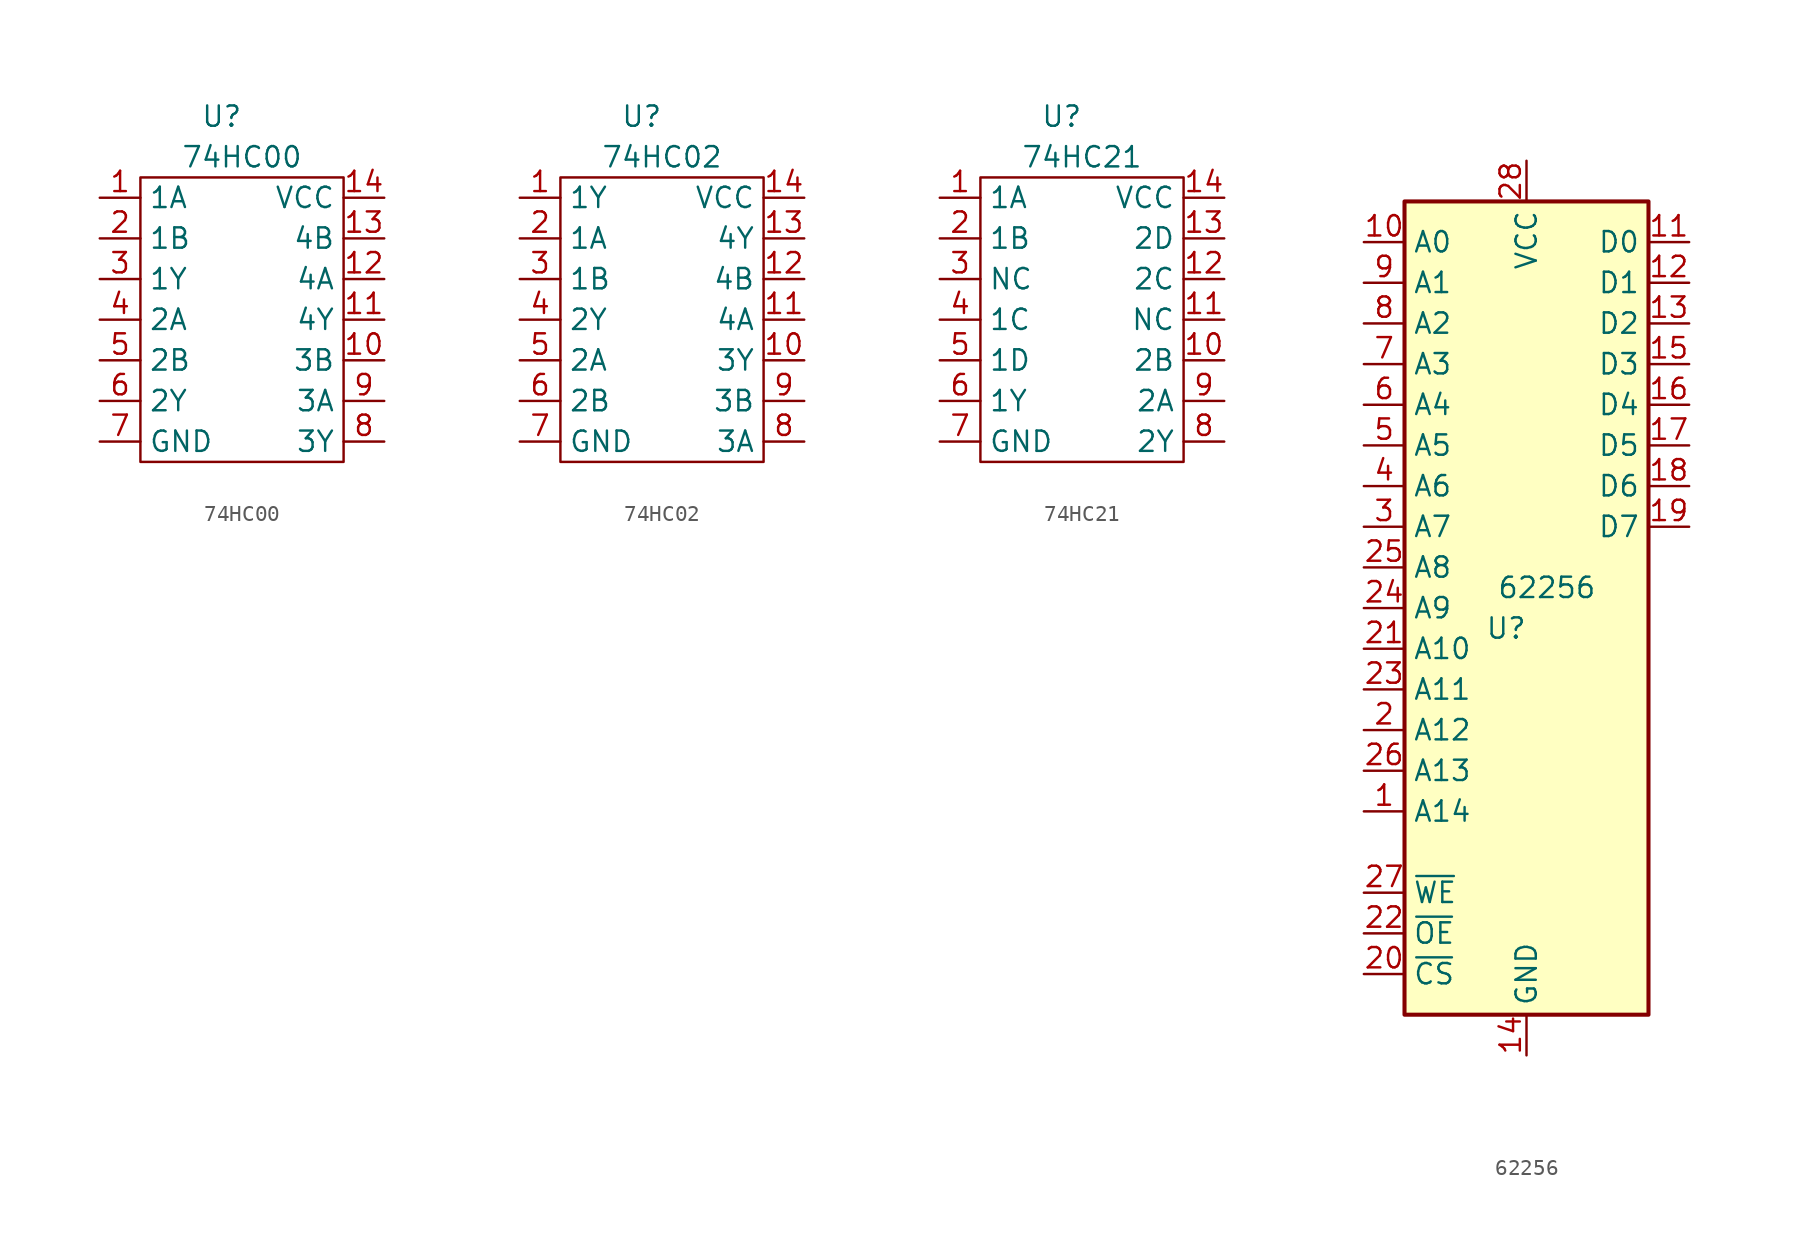
<source format=kicad_sym>
(kicad_symbol_lib
  (version 20220914)
  (generator kicad_symbol_editor)
  (symbol "74HC00"
    (property "Reference" "U"
      (at -1.27 11.43 0)
      (effects (font (size 1.27 1.27))))
    (property "Value" "74HC00"
      (at 0 8.89 0)
      (effects (font (size 1.27 1.27))))
    (symbol "74HC00_0_1"
      (rectangle (start -6.35 7.62) (end 6.35 -10.16) (stroke (width 0) (type default)) (fill (type none))))
    (symbol "74HC00_1_1"
      (pin input line (at -8.89 6.35 0) (length 2.54) (name "1A" (effects (font (size 1.27 1.27)))) (number "1" (effects (font (size 1.27 1.27)))))
      (pin input line (at 8.89 -3.81 180) (length 2.54) (name "3B" (effects (font (size 1.27 1.27)))) (number "10" (effects (font (size 1.27 1.27)))))
      (pin output line (at 8.89 -1.27 180) (length 2.54) (name "4Y" (effects (font (size 1.27 1.27)))) (number "11" (effects (font (size 1.27 1.27)))))
      (pin input line (at 8.89 1.27 180) (length 2.54) (name "4A" (effects (font (size 1.27 1.27)))) (number "12" (effects (font (size 1.27 1.27)))))
      (pin input line (at 8.89 3.81 180) (length 2.54) (name "4B" (effects (font (size 1.27 1.27)))) (number "13" (effects (font (size 1.27 1.27)))))
      (pin power_in line (at 8.89 6.35 180) (length 2.54) (name "VCC" (effects (font (size 1.27 1.27)))) (number "14" (effects (font (size 1.27 1.27)))))
      (pin input line (at -8.89 3.81 0) (length 2.54) (name "1B" (effects (font (size 1.27 1.27)))) (number "2" (effects (font (size 1.27 1.27)))))
      (pin output line (at -8.89 1.27 0) (length 2.54) (name "1Y" (effects (font (size 1.27 1.27)))) (number "3" (effects (font (size 1.27 1.27)))))
      (pin input line (at -8.89 -1.27 0) (length 2.54) (name "2A" (effects (font (size 1.27 1.27)))) (number "4" (effects (font (size 1.27 1.27)))))
      (pin input line (at -8.89 -3.81 0) (length 2.54) (name "2B" (effects (font (size 1.27 1.27)))) (number "5" (effects (font (size 1.27 1.27)))))
      (pin output line (at -8.89 -6.35 0) (length 2.54) (name "2Y" (effects (font (size 1.27 1.27)))) (number "6" (effects (font (size 1.27 1.27)))))
      (pin power_in line (at -8.89 -8.89 0) (length 2.54) (name "GND" (effects (font (size 1.27 1.27)))) (number "7" (effects (font (size 1.27 1.27)))))
      (pin output line (at 8.89 -8.89 180) (length 2.54) (name "3Y" (effects (font (size 1.27 1.27)))) (number "8" (effects (font (size 1.27 1.27)))))
      (pin input line (at 8.89 -6.35 180) (length 2.54) (name "3A" (effects (font (size 1.27 1.27)))) (number "9" (effects (font (size 1.27 1.27)))))))
  (symbol "74HC02"
    (property "Reference" "U"
      (at -1.27 12.7 0)
      (effects (font (size 1.27 1.27))))
    (property "Value" "74HC02"
      (at 0 10.16 0)
      (effects (font (size 1.27 1.27))))
    (symbol "74HC02_0_1"
      (rectangle (start -6.35 8.89) (end 6.35 -8.89) (stroke (width 0) (type default)) (fill (type none))))
    (symbol "74HC02_1_1"
      (pin output line (at -8.89 7.62 0) (length 2.54) (name "1Y" (effects (font (size 1.27 1.27)))) (number "1" (effects (font (size 1.27 1.27)))))
      (pin output line (at 8.89 -2.54 180) (length 2.54) (name "3Y" (effects (font (size 1.27 1.27)))) (number "10" (effects (font (size 1.27 1.27)))))
      (pin input line (at 8.89 0 180) (length 2.54) (name "4A" (effects (font (size 1.27 1.27)))) (number "11" (effects (font (size 1.27 1.27)))))
      (pin input line (at 8.89 2.54 180) (length 2.54) (name "4B" (effects (font (size 1.27 1.27)))) (number "12" (effects (font (size 1.27 1.27)))))
      (pin output line (at 8.89 5.08 180) (length 2.54) (name "4Y" (effects (font (size 1.27 1.27)))) (number "13" (effects (font (size 1.27 1.27)))))
      (pin power_in line (at 8.89 7.62 180) (length 2.54) (name "VCC" (effects (font (size 1.27 1.27)))) (number "14" (effects (font (size 1.27 1.27)))))
      (pin input line (at -8.89 5.08 0) (length 2.54) (name "1A" (effects (font (size 1.27 1.27)))) (number "2" (effects (font (size 1.27 1.27)))))
      (pin input line (at -8.89 2.54 0) (length 2.54) (name "1B" (effects (font (size 1.27 1.27)))) (number "3" (effects (font (size 1.27 1.27)))))
      (pin output line (at -8.89 0 0) (length 2.54) (name "2Y" (effects (font (size 1.27 1.27)))) (number "4" (effects (font (size 1.27 1.27)))))
      (pin input line (at -8.89 -2.54 0) (length 2.54) (name "2A" (effects (font (size 1.27 1.27)))) (number "5" (effects (font (size 1.27 1.27)))))
      (pin input line (at -8.89 -5.08 0) (length 2.54) (name "2B" (effects (font (size 1.27 1.27)))) (number "6" (effects (font (size 1.27 1.27)))))
      (pin power_in line (at -8.89 -7.62 0) (length 2.54) (name "GND" (effects (font (size 1.27 1.27)))) (number "7" (effects (font (size 1.27 1.27)))))
      (pin input line (at 8.89 -7.62 180) (length 2.54) (name "3A" (effects (font (size 1.27 1.27)))) (number "8" (effects (font (size 1.27 1.27)))))
      (pin input line (at 8.89 -5.08 180) (length 2.54) (name "3B" (effects (font (size 1.27 1.27)))) (number "9" (effects (font (size 1.27 1.27)))))))
  (symbol "74HC21"
    (property "Reference" "U"
      (at -1.27 12.7 0)
      (effects (font (size 1.27 1.27))))
    (property "Value" "74HC21"
      (at 0 10.16 0)
      (effects (font (size 1.27 1.27))))
    (symbol "74HC21_0_1"
      (rectangle (start -6.35 8.89) (end 6.35 -8.89) (stroke (width 0) (type default)) (fill (type none))))
    (symbol "74HC21_1_1"
      (pin input line (at -8.89 7.62 0) (length 2.54) (name "1A" (effects (font (size 1.27 1.27)))) (number "1" (effects (font (size 1.27 1.27)))))
      (pin input line (at 8.89 -2.54 180) (length 2.54) (name "2B" (effects (font (size 1.27 1.27)))) (number "10" (effects (font (size 1.27 1.27)))))
      (pin input line (at 8.89 0 180) (length 2.54) (name "NC" (effects (font (size 1.27 1.27)))) (number "11" (effects (font (size 1.27 1.27)))))
      (pin input line (at 8.89 2.54 180) (length 2.54) (name "2C" (effects (font (size 1.27 1.27)))) (number "12" (effects (font (size 1.27 1.27)))))
      (pin input line (at 8.89 5.08 180) (length 2.54) (name "2D" (effects (font (size 1.27 1.27)))) (number "13" (effects (font (size 1.27 1.27)))))
      (pin power_in line (at 8.89 7.62 180) (length 2.54) (name "VCC" (effects (font (size 1.27 1.27)))) (number "14" (effects (font (size 1.27 1.27)))))
      (pin input line (at -8.89 5.08 0) (length 2.54) (name "1B" (effects (font (size 1.27 1.27)))) (number "2" (effects (font (size 1.27 1.27)))))
      (pin input line (at -8.89 2.54 0) (length 2.54) (name "NC" (effects (font (size 1.27 1.27)))) (number "3" (effects (font (size 1.27 1.27)))))
      (pin input line (at -8.89 0 0) (length 2.54) (name "1C" (effects (font (size 1.27 1.27)))) (number "4" (effects (font (size 1.27 1.27)))))
      (pin input line (at -8.89 -2.54 0) (length 2.54) (name "1D" (effects (font (size 1.27 1.27)))) (number "5" (effects (font (size 1.27 1.27)))))
      (pin output line (at -8.89 -5.08 0) (length 2.54) (name "1Y" (effects (font (size 1.27 1.27)))) (number "6" (effects (font (size 1.27 1.27)))))
      (pin power_in line (at -8.89 -7.62 0) (length 2.54) (name "GND" (effects (font (size 1.27 1.27)))) (number "7" (effects (font (size 1.27 1.27)))))
      (pin output line (at 8.89 -7.62 180) (length 2.54) (name "2Y" (effects (font (size 1.27 1.27)))) (number "8" (effects (font (size 1.27 1.27)))))
      (pin input line (at 8.89 -5.08 180) (length 2.54) (name "2A" (effects (font (size 1.27 1.27)))) (number "9" (effects (font (size 1.27 1.27)))))))
  (symbol "62256"
    (property "Reference" "U"
      (at -1.27 -2.54 0)
      (effects (font (size 1.27 1.27))))
    (property "Value" "62256"
      (at 1.27 0 0)
      (effects (font (size 1.27 1.27))))
    (symbol "62256_1_1"
      (rectangle (start -7.62 24.13) (end 7.62 -26.67) (stroke (width 0.254) (type default)) (fill (type background)))
      (pin input line (at -10.16 -13.97 0) (length 2.54) (name "A14" (effects (font (size 1.27 1.27)))) (number "1" (effects (font (size 1.27 1.27)))))
      (pin input line (at -10.16 21.59 0) (length 2.54) (name "A0" (effects (font (size 1.27 1.27)))) (number "10" (effects (font (size 1.27 1.27)))))
      (pin tri_state line (at 10.16 21.59 180) (length 2.54) (name "D0" (effects (font (size 1.27 1.27)))) (number "11" (effects (font (size 1.27 1.27)))))
      (pin tri_state line (at 10.16 19.05 180) (length 2.54) (name "D1" (effects (font (size 1.27 1.27)))) (number "12" (effects (font (size 1.27 1.27)))))
      (pin tri_state line (at 10.16 16.51 180) (length 2.54) (name "D2" (effects (font (size 1.27 1.27)))) (number "13" (effects (font (size 1.27 1.27)))))
      (pin power_in line (at 0 -29.21 90) (length 2.54) (name "GND" (effects (font (size 1.27 1.27)))) (number "14" (effects (font (size 1.27 1.27)))))
      (pin tri_state line (at 10.16 13.97 180) (length 2.54) (name "D3" (effects (font (size 1.27 1.27)))) (number "15" (effects (font (size 1.27 1.27)))))
      (pin tri_state line (at 10.16 11.43 180) (length 2.54) (name "D4" (effects (font (size 1.27 1.27)))) (number "16" (effects (font (size 1.27 1.27)))))
      (pin tri_state line (at 10.16 8.89 180) (length 2.54) (name "D5" (effects (font (size 1.27 1.27)))) (number "17" (effects (font (size 1.27 1.27)))))
      (pin tri_state line (at 10.16 6.35 180) (length 2.54) (name "D6" (effects (font (size 1.27 1.27)))) (number "18" (effects (font (size 1.27 1.27)))))
      (pin tri_state line (at 10.16 3.81 180) (length 2.54) (name "D7" (effects (font (size 1.27 1.27)))) (number "19" (effects (font (size 1.27 1.27)))))
      (pin input line (at -10.16 -8.89 0) (length 2.54) (name "A12" (effects (font (size 1.27 1.27)))) (number "2" (effects (font (size 1.27 1.27)))))
      (pin input line (at -10.16 -24.13 0) (length 2.54) (name "~{CS}" (effects (font (size 1.27 1.27)))) (number "20" (effects (font (size 1.27 1.27)))))
      (pin input line (at -10.16 -3.81 0) (length 2.54) (name "A10" (effects (font (size 1.27 1.27)))) (number "21" (effects (font (size 1.27 1.27)))))
      (pin input line (at -10.16 -21.59 0) (length 2.54) (name "~{OE}" (effects (font (size 1.27 1.27)))) (number "22" (effects (font (size 1.27 1.27)))))
      (pin input line (at -10.16 -6.35 0) (length 2.54) (name "A11" (effects (font (size 1.27 1.27)))) (number "23" (effects (font (size 1.27 1.27)))))
      (pin input line (at -10.16 -1.27 0) (length 2.54) (name "A9" (effects (font (size 1.27 1.27)))) (number "24" (effects (font (size 1.27 1.27)))))
      (pin input line (at -10.16 1.27 0) (length 2.54) (name "A8" (effects (font (size 1.27 1.27)))) (number "25" (effects (font (size 1.27 1.27)))))
      (pin input line (at -10.16 -11.43 0) (length 2.54) (name "A13" (effects (font (size 1.27 1.27)))) (number "26" (effects (font (size 1.27 1.27)))))
      (pin input line (at -10.16 -19.05 0) (length 2.54) (name "~{WE}" (effects (font (size 1.27 1.27)))) (number "27" (effects (font (size 1.27 1.27)))))
      (pin power_in line (at 0 26.67 270) (length 2.54) (name "VCC" (effects (font (size 1.27 1.27)))) (number "28" (effects (font (size 1.27 1.27)))))
      (pin input line (at -10.16 3.81 0) (length 2.54) (name "A7" (effects (font (size 1.27 1.27)))) (number "3" (effects (font (size 1.27 1.27)))))
      (pin input line (at -10.16 6.35 0) (length 2.54) (name "A6" (effects (font (size 1.27 1.27)))) (number "4" (effects (font (size 1.27 1.27)))))
      (pin input line (at -10.16 8.89 0) (length 2.54) (name "A5" (effects (font (size 1.27 1.27)))) (number "5" (effects (font (size 1.27 1.27)))))
      (pin input line (at -10.16 11.43 0) (length 2.54) (name "A4" (effects (font (size 1.27 1.27)))) (number "6" (effects (font (size 1.27 1.27)))))
      (pin input line (at -10.16 13.97 0) (length 2.54) (name "A3" (effects (font (size 1.27 1.27)))) (number "7" (effects (font (size 1.27 1.27)))))
      (pin input line (at -10.16 16.51 0) (length 2.54) (name "A2" (effects (font (size 1.27 1.27)))) (number "8" (effects (font (size 1.27 1.27)))))
      (pin input line (at -10.16 19.05 0) (length 2.54) (name "A1" (effects (font (size 1.27 1.27)))) (number "9" (effects (font (size 1.27 1.27))))))))
</source>
